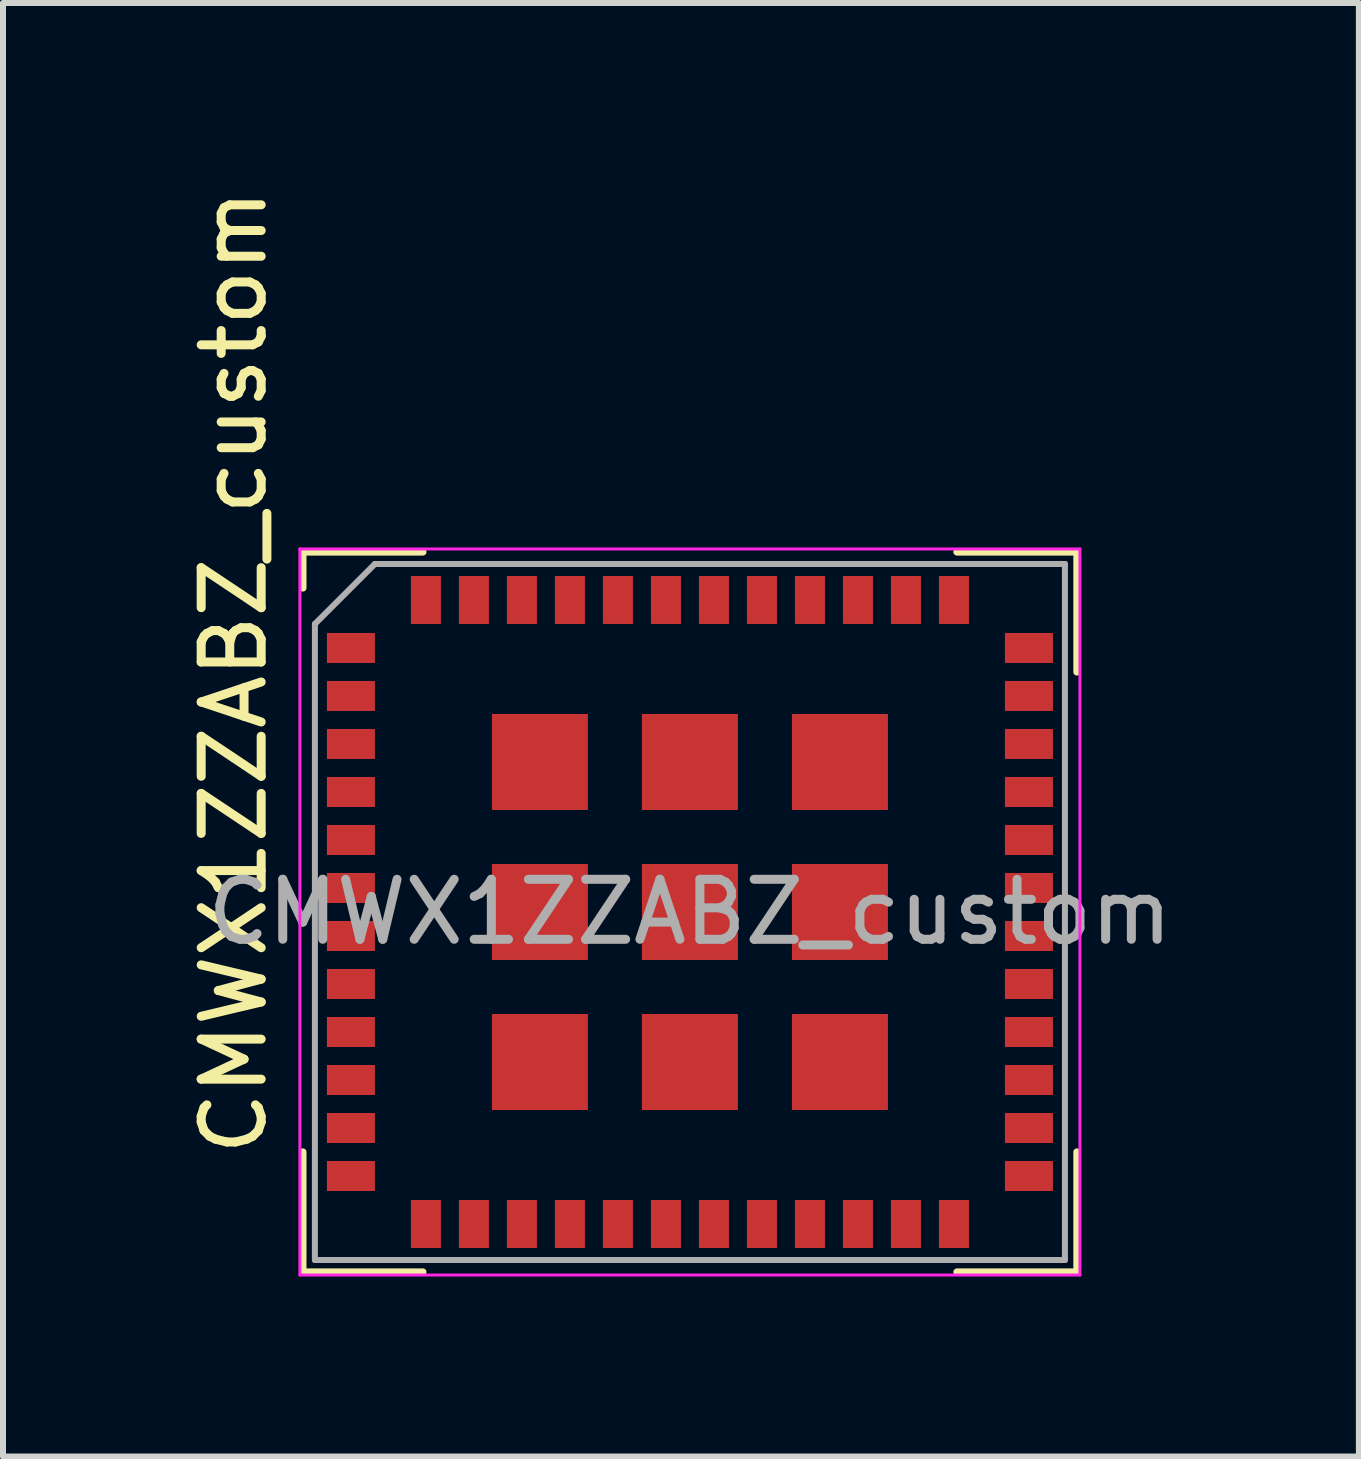
<source format=kicad_pcb>
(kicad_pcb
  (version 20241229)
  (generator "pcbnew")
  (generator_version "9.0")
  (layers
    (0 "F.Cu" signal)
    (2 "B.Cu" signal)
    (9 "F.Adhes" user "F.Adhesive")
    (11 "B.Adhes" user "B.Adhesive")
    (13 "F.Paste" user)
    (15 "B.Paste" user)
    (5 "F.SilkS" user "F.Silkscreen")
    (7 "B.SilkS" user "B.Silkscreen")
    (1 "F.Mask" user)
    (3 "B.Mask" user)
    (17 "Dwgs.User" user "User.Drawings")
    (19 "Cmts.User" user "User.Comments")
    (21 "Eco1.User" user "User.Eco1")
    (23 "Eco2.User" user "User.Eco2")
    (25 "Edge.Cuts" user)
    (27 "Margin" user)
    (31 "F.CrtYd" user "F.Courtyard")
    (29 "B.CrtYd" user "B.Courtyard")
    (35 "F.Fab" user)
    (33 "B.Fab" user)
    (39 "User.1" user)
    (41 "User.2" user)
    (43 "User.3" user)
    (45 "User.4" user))
  (footprint "CMWX1ZZABZ_custom"
    (layer "F.Cu")
    (at 8.448 12.149)
    (property "Reference" "CMWX1ZZABZ_custom" (at -7.6 -4 270) (layer "F.SilkS") (effects (font (size 1 1) (thickness 0.15))))
    (attr smd)
    (fp_line (start -6.45 -6) (end -6.45 -5.4) (stroke (width 0.12) (type solid)) (layer "F.SilkS"))
    (fp_line (start -6.45 -6) (end -4.45 -6) (stroke (width 0.12) (type solid)) (layer "F.SilkS"))
    (fp_line (start -6.45 4) (end -6.45 6) (stroke (width 0.12) (type solid)) (layer "F.SilkS"))
    (fp_line (start -6.45 6) (end -4.45 6) (stroke (width 0.12) (type solid)) (layer "F.SilkS"))
    (fp_line (start 4.45 -6) (end 6.45 -6) (stroke (width 0.12) (type solid)) (layer "F.SilkS"))
    (fp_line (start 4.45 6) (end 6.45 6) (stroke (width 0.12) (type solid)) (layer "F.SilkS"))
    (fp_line (start 6.45 -6) (end 6.45 -4) (stroke (width 0.12) (type solid)) (layer "F.SilkS"))
    (fp_line (start 6.45 4) (end 6.45 6) (stroke (width 0.12) (type solid)) (layer "F.SilkS"))
    (fp_line (start -6.5 -6.05) (end 6.5 -6.05) (stroke (width 0.05) (type solid)) (layer "F.CrtYd"))
    (fp_line (start -6.5 6.05) (end -6.5 -6.05) (stroke (width 0.05) (type solid)) (layer "F.CrtYd"))
    (fp_line (start -6.5 6.05) (end 6.5 6.05) (stroke (width 0.05) (type solid)) (layer "F.CrtYd"))
    (fp_line (start 6.5 -6.05) (end 6.5 6.05) (stroke (width 0.05) (type solid)) (layer "F.CrtYd"))
    (fp_line (start -6.25 -4.8) (end -6.25 5.8) (stroke (width 0.1) (type solid)) (layer "F.Fab"))
    (fp_line (start -6.25 5.8) (end 6.25 5.8) (stroke (width 0.1) (type solid)) (layer "F.Fab"))
    (fp_line (start -5.25 -5.8) (end -6.25 -4.8) (stroke (width 0.1) (type solid)) (layer "F.Fab"))
    (fp_line (start -5.25 -5.8) (end 6.25 -5.8) (stroke (width 0.1) (type solid)) (layer "F.Fab"))
    (fp_line (start 6.25 -5.8) (end 6.25 5.8) (stroke (width 0.1) (type solid)) (layer "F.Fab"))
    (fp_text user "${REFERENCE}" (at 0 0 0) (layer "F.Fab") (effects (font (size 1 1) (thickness 0.15))))
    (pad "1" smd rect (at -5.65 -4.4) (size 0.8 0.5) (layers "F.Cu" "F.Mask" "F.Paste"))
    (pad "2" smd rect (at -5.65 -3.6) (size 0.8 0.5) (layers "F.Cu" "F.Mask" "F.Paste"))
    (pad "3" smd rect (at -5.65 -2.8) (size 0.8 0.5) (layers "F.Cu" "F.Mask" "F.Paste"))
    (pad "4" smd rect (at -5.65 -2) (size 0.8 0.5) (layers "F.Cu" "F.Mask" "F.Paste"))
    (pad "5" smd rect (at -5.65 -1.2) (size 0.8 0.5) (layers "F.Cu" "F.Mask" "F.Paste"))
    (pad "6" smd rect (at -5.65 -0.4) (size 0.8 0.5) (layers "F.Cu" "F.Mask" "F.Paste"))
    (pad "7" smd rect (at -5.65 0.4) (size 0.8 0.5) (layers "F.Cu" "F.Mask" "F.Paste"))
    (pad "8" smd rect (at -5.65 1.2) (size 0.8 0.5) (layers "F.Cu" "F.Mask" "F.Paste"))
    (pad "9" smd rect (at -5.65 2) (size 0.8 0.5) (layers "F.Cu" "F.Mask" "F.Paste"))
    (pad "10" smd rect (at -5.65 2.8) (size 0.8 0.5) (layers "F.Cu" "F.Mask" "F.Paste"))
    (pad "11" smd rect (at -5.65 3.6) (size 0.8 0.5) (layers "F.Cu" "F.Mask" "F.Paste"))
    (pad "12" smd rect (at -5.65 4.4) (size 0.8 0.5) (layers "F.Cu" "F.Mask" "F.Paste"))
    (pad "13" smd rect (at -4.4 5.2 90) (size 0.8 0.5) (layers "F.Cu" "F.Mask" "F.Paste"))
    (pad "14" smd rect (at -3.6 5.2 90) (size 0.8 0.5) (layers "F.Cu" "F.Mask" "F.Paste"))
    (pad "15" smd rect (at -2.8 5.2 90) (size 0.8 0.5) (layers "F.Cu" "F.Mask" "F.Paste"))
    (pad "16" smd rect (at -2 5.2 90) (size 0.8 0.5) (layers "F.Cu" "F.Mask" "F.Paste"))
    (pad "17" smd rect (at -1.2 5.2 90) (size 0.8 0.5) (layers "F.Cu" "F.Mask" "F.Paste"))
    (pad "18" smd rect (at -0.4 5.2 90) (size 0.8 0.5) (layers "F.Cu" "F.Mask" "F.Paste"))
    (pad "19" smd rect (at 0.4 5.2 90) (size 0.8 0.5) (layers "F.Cu" "F.Mask" "F.Paste"))
    (pad "20" smd rect (at 1.2 5.2 270) (size 0.8 0.5) (layers "F.Cu" "F.Mask" "F.Paste"))
    (pad "21" smd rect (at 2 5.2 270) (size 0.8 0.5) (layers "F.Cu" "F.Mask" "F.Paste"))
    (pad "22" smd rect (at 2.8 5.2 270) (size 0.8 0.5) (layers "F.Cu" "F.Mask" "F.Paste"))
    (pad "23" smd rect (at 3.6 5.2 270) (size 0.8 0.5) (layers "F.Cu" "F.Mask" "F.Paste"))
    (pad "24" smd rect (at 4.4 5.2 270) (size 0.8 0.5) (layers "F.Cu" "F.Mask" "F.Paste"))
    (pad "25" smd rect (at 5.65 4.4) (size 0.8 0.5) (layers "F.Cu" "F.Mask" "F.Paste"))
    (pad "26" smd rect (at 5.65 3.6) (size 0.8 0.5) (layers "F.Cu" "F.Mask" "F.Paste"))
    (pad "27" smd rect (at 5.65 2.8) (size 0.8 0.5) (layers "F.Cu" "F.Mask" "F.Paste"))
    (pad "28" smd rect (at 5.65 2) (size 0.8 0.5) (layers "F.Cu" "F.Mask" "F.Paste"))
    (pad "29" smd rect (at 5.65 1.2) (size 0.8 0.5) (layers "F.Cu" "F.Mask" "F.Paste"))
    (pad "30" smd rect (at 5.65 0.4) (size 0.8 0.5) (layers "F.Cu" "F.Mask" "F.Paste"))
    (pad "31" smd rect (at 5.65 -0.4) (size 0.8 0.5) (layers "F.Cu" "F.Mask" "F.Paste"))
    (pad "32" smd rect (at 5.65 -1.2) (size 0.8 0.5) (layers "F.Cu" "F.Mask" "F.Paste"))
    (pad "33" smd rect (at 5.65 -2) (size 0.8 0.5) (layers "F.Cu" "F.Mask" "F.Paste"))
    (pad "34" smd rect (at 5.65 -2.8) (size 0.8 0.5) (layers "F.Cu" "F.Mask" "F.Paste"))
    (pad "35" smd rect (at 5.65 -3.6) (size 0.8 0.5) (layers "F.Cu" "F.Mask" "F.Paste"))
    (pad "36" smd rect (at 5.65 -4.4) (size 0.8 0.5) (layers "F.Cu" "F.Mask" "F.Paste"))
    (pad "37" smd rect (at 4.4 -5.2 90) (size 0.8 0.5) (layers "F.Cu" "F.Mask" "F.Paste"))
    (pad "38" smd rect (at 3.6 -5.2 90) (size 0.8 0.5) (layers "F.Cu" "F.Mask" "F.Paste"))
    (pad "39" smd rect (at 2.8 -5.2 90) (size 0.8 0.5) (layers "F.Cu" "F.Mask" "F.Paste"))
    (pad "40" smd rect (at 2 -5.2 90) (size 0.8 0.5) (layers "F.Cu" "F.Mask" "F.Paste"))
    (pad "41" smd rect (at 1.2 -5.2 90) (size 0.8 0.5) (layers "F.Cu" "F.Mask" "F.Paste"))
    (pad "42" smd rect (at 0.4 -5.2 90) (size 0.8 0.5) (layers "F.Cu" "F.Mask" "F.Paste"))
    (pad "43" smd rect (at -0.4 -5.2 90) (size 0.8 0.5) (layers "F.Cu" "F.Mask" "F.Paste"))
    (pad "44" smd rect (at -1.2 -5.2 90) (size 0.8 0.5) (layers "F.Cu" "F.Mask" "F.Paste"))
    (pad "45" smd rect (at -2 -5.2 90) (size 0.8 0.5) (layers "F.Cu" "F.Mask" "F.Paste"))
    (pad "46" smd rect (at -2.8 -5.2 90) (size 0.8 0.5) (layers "F.Cu" "F.Mask" "F.Paste"))
    (pad "47" smd rect (at -3.6 -5.2 90) (size 0.8 0.5) (layers "F.Cu" "F.Mask" "F.Paste"))
    (pad "48" smd rect (at -4.4 -5.2 90) (size 0.8 0.5) (layers "F.Cu" "F.Mask" "F.Paste"))
    (pad "49" smd rect (at -2.5 -2.5 90) (size 1.6 1.6) (layers "F.Cu" "F.Mask" "F.Paste"))
    (pad "50" smd rect (at 0 -2.5 90) (size 1.6 1.6) (layers "F.Cu" "F.Mask" "F.Paste"))
    (pad "51" smd rect (at 2.5 -2.5 90) (size 1.6 1.6) (layers "F.Cu" "F.Mask" "F.Paste"))
    (pad "52" smd rect (at -2.5 0 90) (size 1.6 1.6) (layers "F.Cu" "F.Mask" "F.Paste"))
    (pad "53" smd rect (at 0 0 90) (size 1.6 1.6) (layers "F.Cu" "F.Mask" "F.Paste"))
    (pad "54" smd rect (at 2.5 0 90) (size 1.6 1.6) (layers "F.Cu" "F.Mask" "F.Paste"))
    (pad "55" smd rect (at -2.5 2.5 90) (size 1.6 1.6) (layers "F.Cu" "F.Mask" "F.Paste"))
    (pad "56" smd rect (at 0 2.5 90) (size 1.6 1.6) (layers "F.Cu" "F.Mask" "F.Paste"))
    (pad "57" smd rect (at 2.5 2.5 90) (size 1.6 1.6) (layers "F.Cu" "F.Mask" "F.Paste")))
  (gr_rect
    (start -3 -3)
    (end 19.597 21.224)
    (stroke (width 0.1) (type default))
    (fill no)
    (layer "Edge.Cuts")))
</source>
